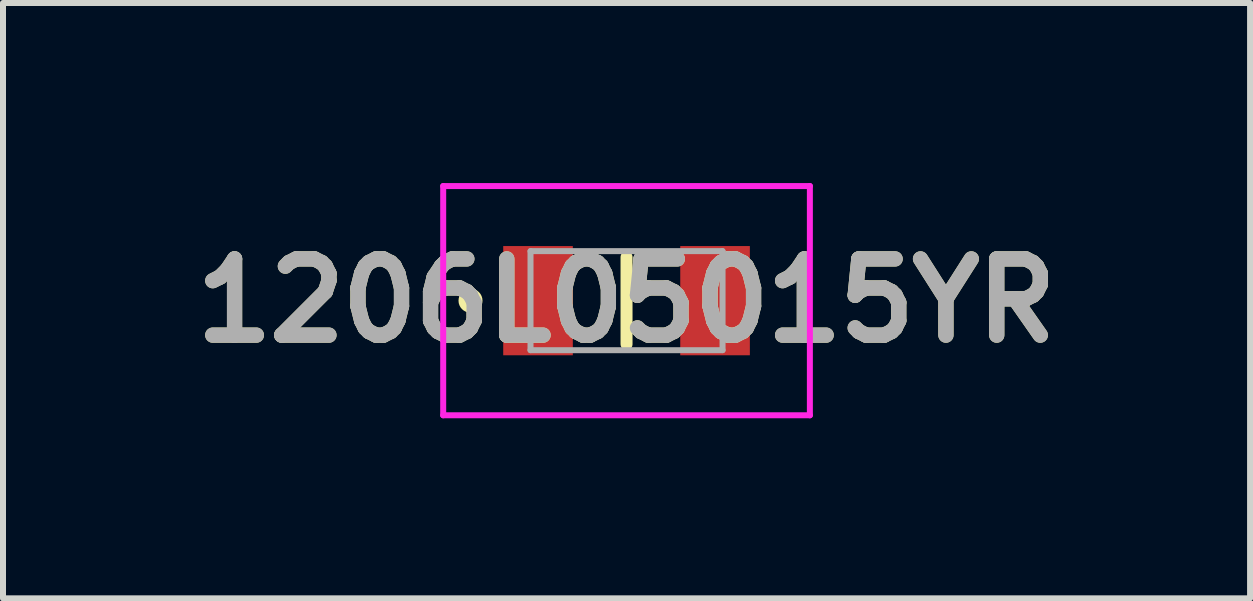
<source format=kicad_pcb>
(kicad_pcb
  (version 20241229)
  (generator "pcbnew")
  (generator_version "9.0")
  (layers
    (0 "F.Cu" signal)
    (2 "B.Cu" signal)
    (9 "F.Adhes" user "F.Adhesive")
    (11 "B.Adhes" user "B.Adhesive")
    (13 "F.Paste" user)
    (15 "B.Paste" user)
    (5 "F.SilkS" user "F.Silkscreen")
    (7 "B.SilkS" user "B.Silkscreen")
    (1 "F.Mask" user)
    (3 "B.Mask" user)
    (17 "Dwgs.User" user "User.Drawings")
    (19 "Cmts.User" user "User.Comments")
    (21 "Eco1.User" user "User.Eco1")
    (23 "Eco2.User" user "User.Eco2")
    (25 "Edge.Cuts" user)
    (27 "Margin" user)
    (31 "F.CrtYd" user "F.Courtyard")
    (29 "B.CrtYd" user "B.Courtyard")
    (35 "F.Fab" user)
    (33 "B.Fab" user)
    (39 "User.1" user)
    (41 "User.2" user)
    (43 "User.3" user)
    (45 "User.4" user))
  (footprint "1206L05015YR"
    (layer "F.Cu")
    (at 7.39 1.96)
    (property "Reference" "1206L05015YR" (at 0 0 0) (layer "F.SilkS") (effects (font (size 1.27 1.27) (thickness 0.254))))
    (attr smd)
    (fp_line (start -2.6 -0.1) (end -2.6 -0.1) (stroke (width 0.2) (type solid)) (layer "F.SilkS"))
    (fp_line (start -2.6 0.1) (end -2.6 0.1) (stroke (width 0.2) (type solid)) (layer "F.SilkS"))
    (fp_line (start 0 -0.725) (end 0 0.725) (stroke (width 0.2) (type solid)) (layer "F.SilkS"))
    (fp_arc (start -2.6 -0.1) (mid -2.5 0) (end -2.6 0.1) (stroke (width 0.2) (type solid)) (layer "F.SilkS"))
    (fp_arc (start -2.6 0.1) (mid -2.7 0) (end -2.6 -0.1) (stroke (width 0.2) (type solid)) (layer "F.SilkS"))
    (fp_line (start -3.055 -1.91) (end 3.055 -1.91) (stroke (width 0.1) (type solid)) (layer "F.CrtYd"))
    (fp_line (start -3.055 1.91) (end -3.055 -1.91) (stroke (width 0.1) (type solid)) (layer "F.CrtYd"))
    (fp_line (start 3.055 -1.91) (end 3.055 1.91) (stroke (width 0.1) (type solid)) (layer "F.CrtYd"))
    (fp_line (start 3.055 1.91) (end -3.055 1.91) (stroke (width 0.1) (type solid)) (layer "F.CrtYd"))
    (fp_line (start -1.6 -0.825) (end 1.6 -0.825) (stroke (width 0.1) (type solid)) (layer "F.Fab"))
    (fp_line (start -1.6 0.825) (end -1.6 -0.825) (stroke (width 0.1) (type solid)) (layer "F.Fab"))
    (fp_line (start 1.6 -0.825) (end 1.6 0.825) (stroke (width 0.1) (type solid)) (layer "F.Fab"))
    (fp_line (start 1.6 0.825) (end -1.6 0.825) (stroke (width 0.1) (type solid)) (layer "F.Fab"))
    (fp_text user "${REFERENCE}" (at 0 0 0) (layer "F.Fab") (effects (font (size 1.27 1.27) (thickness 0.254))))
    (pad "1" smd rect (at -1.475 0) (size 1.16 1.82) (layers "F.Cu" "F.Mask" "F.Paste"))
    (pad "2" smd rect (at 1.475 0) (size 1.16 1.82) (layers "F.Cu" "F.Mask" "F.Paste")))
  (gr_rect
    (start -3 -3)
    (end 17.78 6.92)
    (stroke (width 0.1) (type default))
    (fill no)
    (layer "Edge.Cuts")))
</source>
